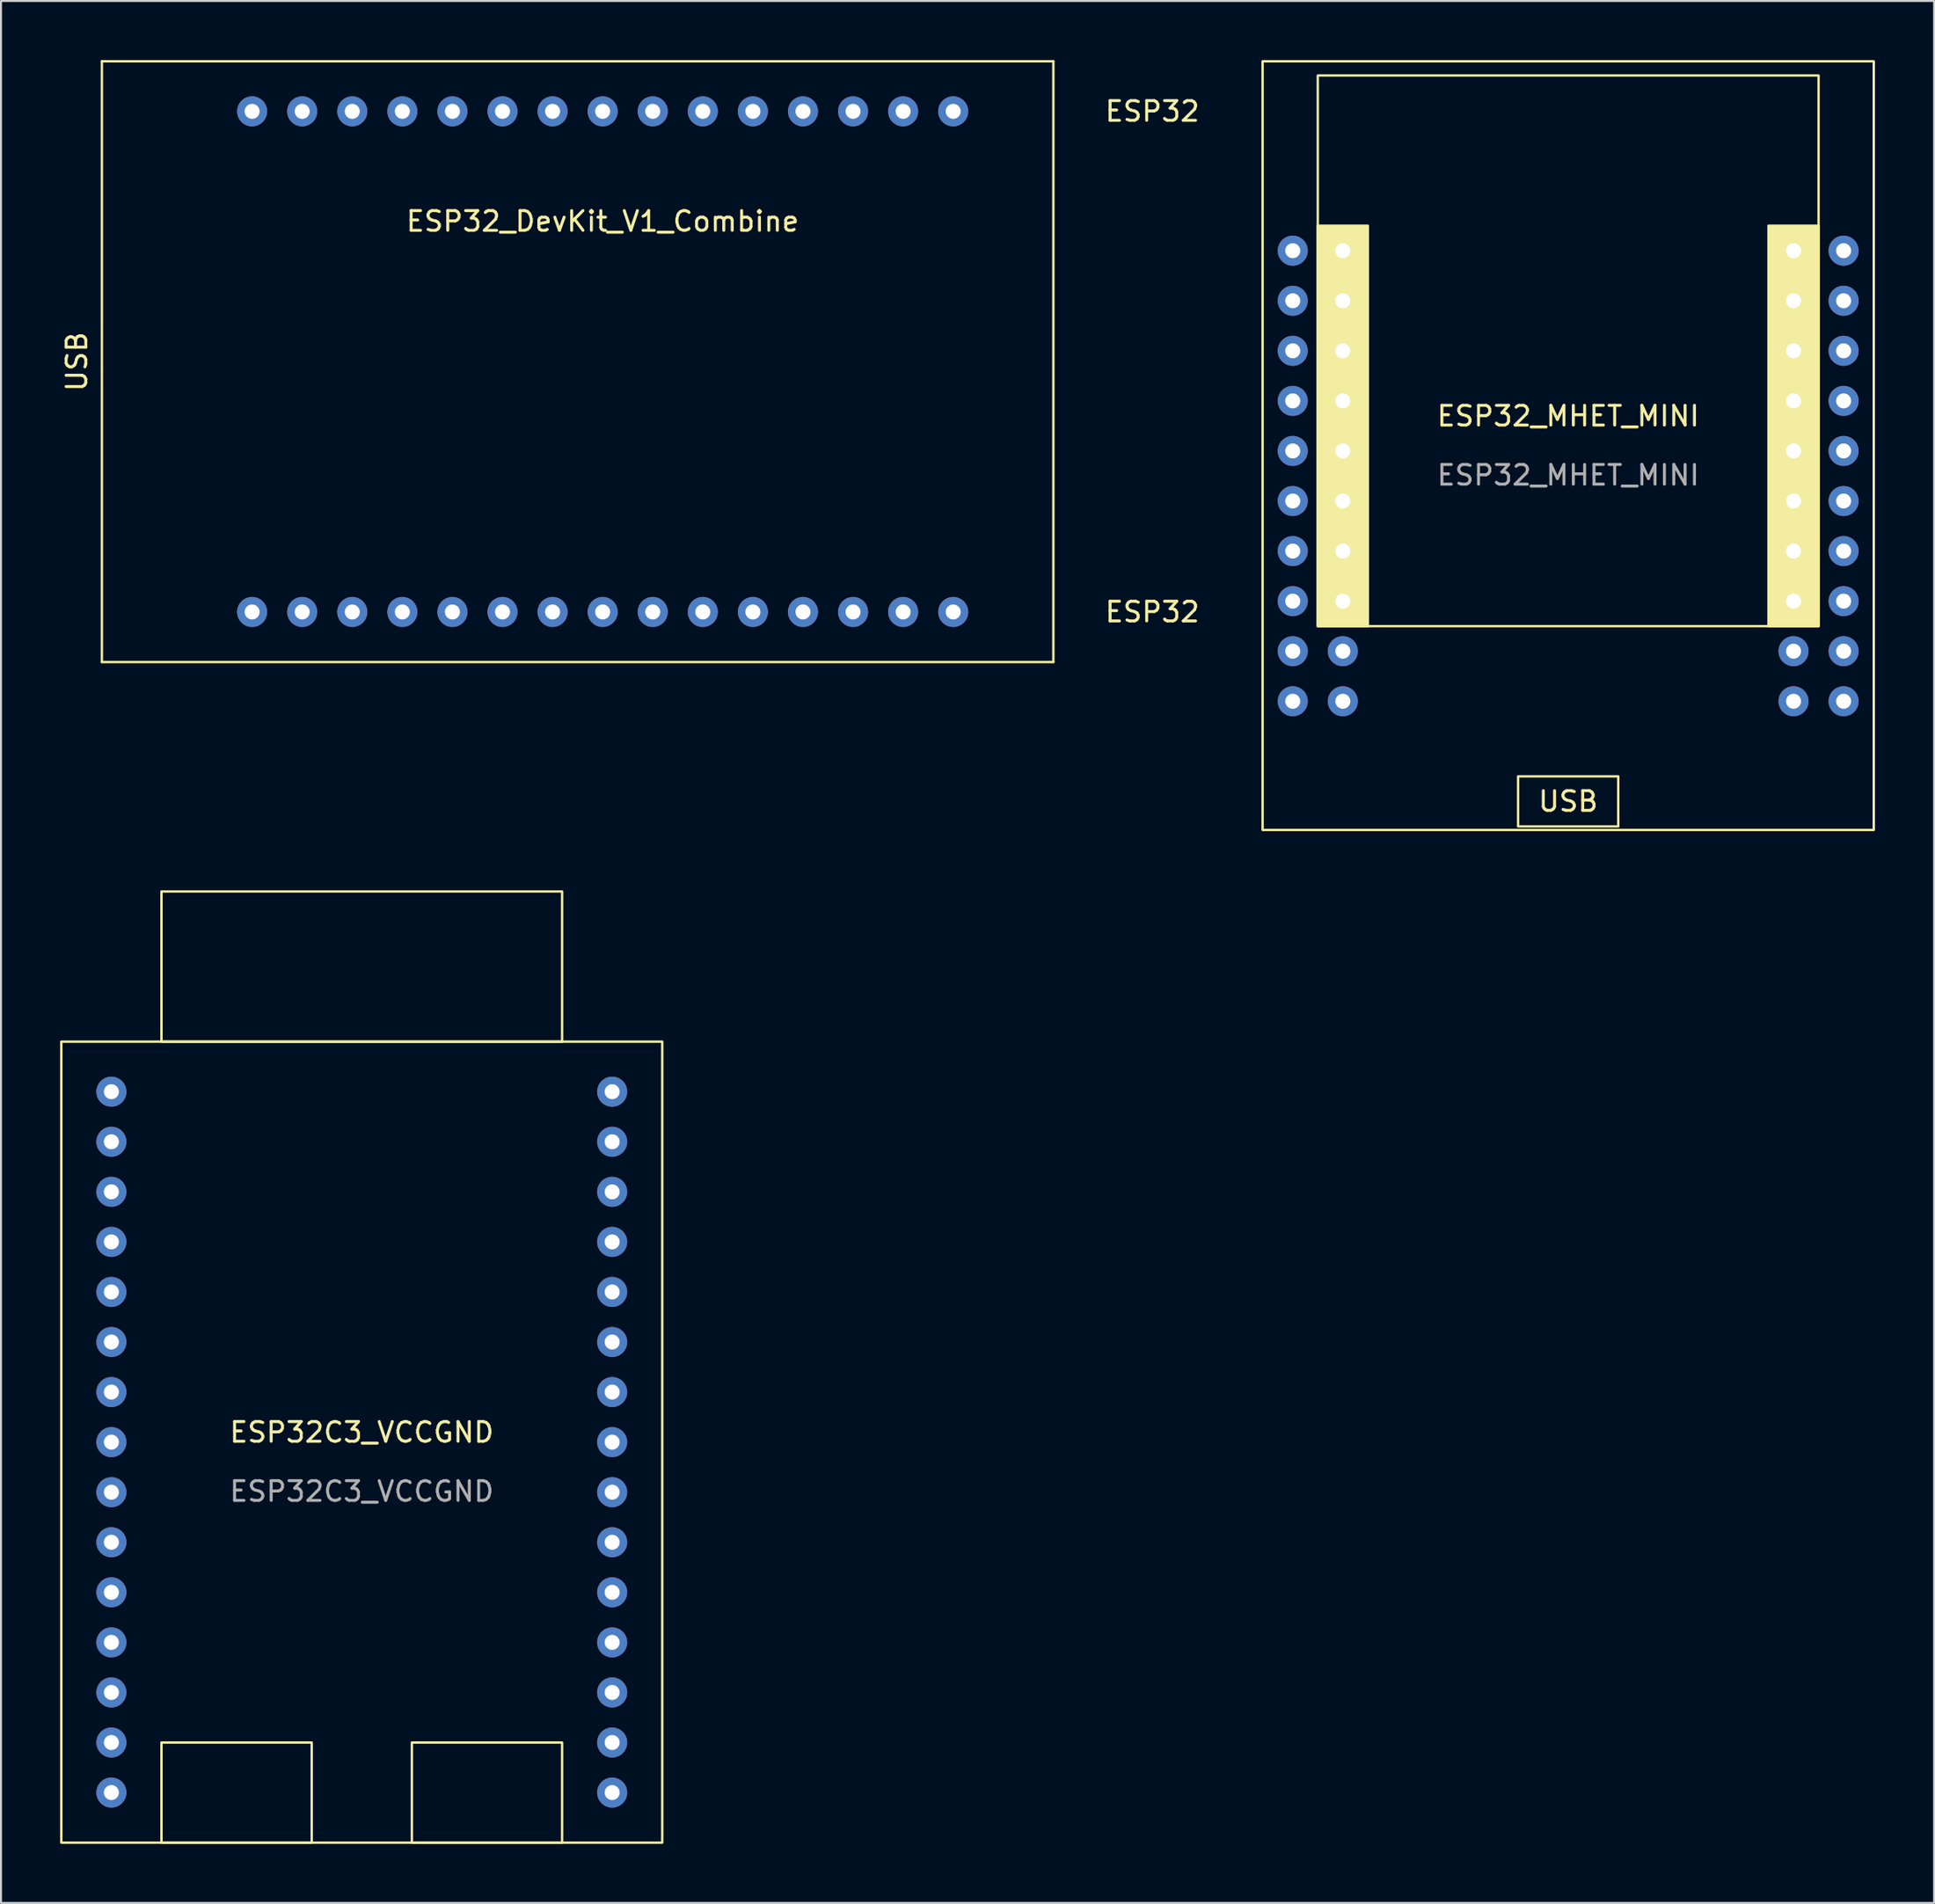
<source format=kicad_pcb>
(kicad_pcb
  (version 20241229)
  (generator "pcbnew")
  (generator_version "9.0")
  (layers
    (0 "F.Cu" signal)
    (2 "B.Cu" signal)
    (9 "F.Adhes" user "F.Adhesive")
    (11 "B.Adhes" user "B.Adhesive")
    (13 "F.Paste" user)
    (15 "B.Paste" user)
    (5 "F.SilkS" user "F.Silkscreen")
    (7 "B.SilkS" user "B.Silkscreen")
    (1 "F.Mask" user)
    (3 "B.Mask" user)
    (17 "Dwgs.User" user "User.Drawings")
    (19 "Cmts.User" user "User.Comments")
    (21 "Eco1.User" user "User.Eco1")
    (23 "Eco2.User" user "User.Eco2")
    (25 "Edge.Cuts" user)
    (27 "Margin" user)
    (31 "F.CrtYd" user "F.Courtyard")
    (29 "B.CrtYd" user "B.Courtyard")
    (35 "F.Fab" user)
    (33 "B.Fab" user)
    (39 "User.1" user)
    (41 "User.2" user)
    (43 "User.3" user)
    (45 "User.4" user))
  (footprint "ESP32_MHET_MINI"
    (layer "F.Cu")
    (at 76.49 18.56)
    (property "Reference" "ESP32_MHET_MINI" (at 0 -0.5 0) (unlocked yes) (layer "F.SilkS") (effects (font (size 1 1) (thickness 0.15))))
    (attr through_hole)
    (fp_rect (start -15.5 -18.5) (end 15.5 20.5) (stroke (width 0.12) (type solid)) (fill no) (layer "F.SilkS"))
    (fp_rect (start -12.7 -10.16) (end -10.16 10.16) (stroke (width 0.12) (type solid)) (fill yes) (layer "F.SilkS"))
    (fp_rect (start -12.7 10.16) (end 12.7 -17.78) (stroke (width 0.12) (type solid)) (fill no) (layer "F.SilkS"))
    (fp_rect (start -2.54 17.78) (end 2.54 20.32) (stroke (width 0.12) (type solid)) (fill no) (layer "F.SilkS"))
    (fp_rect (start 10.16 -10.16) (end 12.7 10.16) (stroke (width 0.12) (type solid)) (fill yes) (layer "F.SilkS"))
    (fp_text user "USB" (at 0 19.05 0) (unlocked yes) (layer "F.SilkS") (effects (font (size 1 1) (thickness 0.15))))
    (fp_text user "${REFERENCE}" (at 0 2.5 0) (unlocked yes) (layer "F.Fab") (effects (font (size 1 1) (thickness 0.15))))
    (pad "1" thru_hole circle (at -13.97 -8.89) (size 1.524 1.524) (drill 0.762) (layers "*.Cu" "*.Mask"))
    (pad "2" thru_hole circle (at -13.97 -6.35) (size 1.524 1.524) (drill 0.762) (layers "*.Cu" "*.Mask"))
    (pad "3" thru_hole circle (at -13.97 -3.81) (size 1.524 1.524) (drill 0.762) (layers "*.Cu" "*.Mask"))
    (pad "4" thru_hole circle (at -13.97 -1.27) (size 1.524 1.524) (drill 0.762) (layers "*.Cu" "*.Mask"))
    (pad "5" thru_hole circle (at -13.97 1.27) (size 1.524 1.524) (drill 0.762) (layers "*.Cu" "*.Mask"))
    (pad "6" thru_hole circle (at -13.97 3.81) (size 1.524 1.524) (drill 0.762) (layers "*.Cu" "*.Mask"))
    (pad "7" thru_hole circle (at -13.97 6.35) (size 1.524 1.524) (drill 0.762) (layers "*.Cu" "*.Mask"))
    (pad "8" thru_hole circle (at -13.97 8.89) (size 1.524 1.524) (drill 0.762) (layers "*.Cu" "*.Mask"))
    (pad "9" thru_hole circle (at -13.97 11.43) (size 1.524 1.524) (drill 0.762) (layers "*.Cu" "*.Mask"))
    (pad "10" thru_hole circle (at -13.97 13.97) (size 1.524 1.524) (drill 0.762) (layers "*.Cu" "*.Mask"))
    (pad "11" thru_hole circle (at -11.43 -8.89) (size 1.524 1.524) (drill 0.762) (layers "*.Cu" "*.Mask"))
    (pad "12" thru_hole circle (at -11.43 -6.35) (size 1.524 1.524) (drill 0.762) (layers "*.Cu" "*.Mask"))
    (pad "13" thru_hole circle (at -11.43 -3.81) (size 1.524 1.524) (drill 0.762) (layers "*.Cu" "*.Mask"))
    (pad "14" thru_hole circle (at -11.43 -1.27) (size 1.524 1.524) (drill 0.762) (layers "*.Cu" "*.Mask"))
    (pad "15" thru_hole circle (at -11.43 1.27) (size 1.524 1.524) (drill 0.762) (layers "*.Cu" "*.Mask"))
    (pad "16" thru_hole circle (at -11.43 3.81) (size 1.524 1.524) (drill 0.762) (layers "*.Cu" "*.Mask"))
    (pad "17" thru_hole circle (at -11.43 6.35) (size 1.524 1.524) (drill 0.762) (layers "*.Cu" "*.Mask"))
    (pad "18" thru_hole circle (at -11.43 8.89) (size 1.524 1.524) (drill 0.762) (layers "*.Cu" "*.Mask"))
    (pad "19" thru_hole circle (at -11.43 11.43) (size 1.524 1.524) (drill 0.762) (layers "*.Cu" "*.Mask"))
    (pad "20" thru_hole circle (at -11.43 13.97) (size 1.524 1.524) (drill 0.762) (layers "*.Cu" "*.Mask"))
    (pad "21" thru_hole circle (at 11.43 -8.89) (size 1.524 1.524) (drill 0.762) (layers "*.Cu" "*.Mask"))
    (pad "22" thru_hole circle (at 11.43 -6.35) (size 1.524 1.524) (drill 0.762) (layers "*.Cu" "*.Mask"))
    (pad "23" thru_hole circle (at 11.43 -3.81) (size 1.524 1.524) (drill 0.762) (layers "*.Cu" "*.Mask"))
    (pad "24" thru_hole circle (at 11.43 -1.27) (size 1.524 1.524) (drill 0.762) (layers "*.Cu" "*.Mask"))
    (pad "25" thru_hole circle (at 11.43 1.27) (size 1.524 1.524) (drill 0.762) (layers "*.Cu" "*.Mask"))
    (pad "26" thru_hole circle (at 11.43 3.81) (size 1.524 1.524) (drill 0.762) (layers "*.Cu" "*.Mask"))
    (pad "27" thru_hole circle (at 11.43 6.35) (size 1.524 1.524) (drill 0.762) (layers "*.Cu" "*.Mask"))
    (pad "28" thru_hole circle (at 11.43 8.89) (size 1.524 1.524) (drill 0.762) (layers "*.Cu" "*.Mask"))
    (pad "29" thru_hole circle (at 11.43 11.43) (size 1.524 1.524) (drill 0.762) (layers "*.Cu" "*.Mask"))
    (pad "30" thru_hole circle (at 11.43 13.97) (size 1.524 1.524) (drill 0.762) (layers "*.Cu" "*.Mask"))
    (pad "31" thru_hole circle (at 13.97 -8.89) (size 1.524 1.524) (drill 0.762) (layers "*.Cu" "*.Mask"))
    (pad "32" thru_hole circle (at 13.97 -6.35) (size 1.524 1.524) (drill 0.762) (layers "*.Cu" "*.Mask"))
    (pad "33" thru_hole circle (at 13.97 -3.81) (size 1.524 1.524) (drill 0.762) (layers "*.Cu" "*.Mask"))
    (pad "34" thru_hole circle (at 13.97 -1.27) (size 1.524 1.524) (drill 0.762) (layers "*.Cu" "*.Mask"))
    (pad "35" thru_hole circle (at 13.97 1.27) (size 1.524 1.524) (drill 0.762) (layers "*.Cu" "*.Mask"))
    (pad "36" thru_hole circle (at 13.97 3.81) (size 1.524 1.524) (drill 0.762) (layers "*.Cu" "*.Mask"))
    (pad "37" thru_hole circle (at 13.97 6.35) (size 1.524 1.524) (drill 0.762) (layers "*.Cu" "*.Mask"))
    (pad "38" thru_hole circle (at 13.97 8.89) (size 1.524 1.524) (drill 0.762) (layers "*.Cu" "*.Mask"))
    (pad "39" thru_hole circle (at 13.97 11.43) (size 1.524 1.524) (drill 0.762) (layers "*.Cu" "*.Mask"))
    (pad "40" thru_hole circle (at 13.97 13.97) (size 1.524 1.524) (drill 0.762) (layers "*.Cu" "*.Mask")))
  (footprint "ESP32C3_VCCGND"
    (layer "F.Cu")
    (at 15.3 70.12)
    (property "Reference" "ESP32C3_VCCGND" (at 0 -0.5 0) (unlocked yes) (layer "F.SilkS") (effects (font (size 1 1) (thickness 0.15))))
    (attr through_hole)
    (fp_rect (start -15.24 -20.32) (end 15.24 20.32) (stroke (width 0.12) (type solid)) (fill no) (layer "F.SilkS"))
    (fp_rect (start -10.16 -20.32) (end 10.16 -27.94) (stroke (width 0.12) (type solid)) (fill no) (layer "F.SilkS"))
    (fp_rect (start -10.16 20.32) (end -2.54 15.24) (stroke (width 0.12) (type solid)) (fill no) (layer "F.SilkS"))
    (fp_rect (start 2.54 20.32) (end 10.16 15.24) (stroke (width 0.12) (type solid)) (fill no) (layer "F.SilkS"))
    (fp_text user "${REFERENCE}" (at 0 2.5 0) (unlocked yes) (layer "F.Fab") (effects (font (size 1 1) (thickness 0.15))))
    (pad "1" thru_hole circle (at -12.7 -17.78) (size 1.524 1.524) (drill 0.762) (layers "*.Cu" "*.Mask"))
    (pad "2" thru_hole circle (at -12.7 -15.24) (size 1.524 1.524) (drill 0.762) (layers "*.Cu" "*.Mask"))
    (pad "3" thru_hole circle (at -12.7 -12.7) (size 1.524 1.524) (drill 0.762) (layers "*.Cu" "*.Mask"))
    (pad "4" thru_hole circle (at -12.7 -10.16) (size 1.524 1.524) (drill 0.762) (layers "*.Cu" "*.Mask"))
    (pad "5" thru_hole circle (at -12.7 -7.62) (size 1.524 1.524) (drill 0.762) (layers "*.Cu" "*.Mask"))
    (pad "6" thru_hole circle (at -12.7 -5.08) (size 1.524 1.524) (drill 0.762) (layers "*.Cu" "*.Mask"))
    (pad "7" thru_hole circle (at -12.7 -2.54) (size 1.524 1.524) (drill 0.762) (layers "*.Cu" "*.Mask"))
    (pad "8" thru_hole circle (at -12.7 0) (size 1.524 1.524) (drill 0.762) (layers "*.Cu" "*.Mask"))
    (pad "9" thru_hole circle (at -12.7 2.54) (size 1.524 1.524) (drill 0.762) (layers "*.Cu" "*.Mask"))
    (pad "10" thru_hole circle (at -12.7 5.08) (size 1.524 1.524) (drill 0.762) (layers "*.Cu" "*.Mask"))
    (pad "11" thru_hole circle (at -12.7 7.62) (size 1.524 1.524) (drill 0.762) (layers "*.Cu" "*.Mask"))
    (pad "12" thru_hole circle (at -12.7 10.16) (size 1.524 1.524) (drill 0.762) (layers "*.Cu" "*.Mask"))
    (pad "13" thru_hole circle (at -12.7 12.7) (size 1.524 1.524) (drill 0.762) (layers "*.Cu" "*.Mask"))
    (pad "14" thru_hole circle (at -12.7 15.24) (size 1.524 1.524) (drill 0.762) (layers "*.Cu" "*.Mask"))
    (pad "15" thru_hole circle (at -12.7 17.78) (size 1.524 1.524) (drill 0.762) (layers "*.Cu" "*.Mask"))
    (pad "16" thru_hole circle (at 12.7 17.78) (size 1.524 1.524) (drill 0.762) (layers "*.Cu" "*.Mask"))
    (pad "17" thru_hole circle (at 12.7 15.24) (size 1.524 1.524) (drill 0.762) (layers "*.Cu" "*.Mask"))
    (pad "18" thru_hole circle (at 12.7 12.7) (size 1.524 1.524) (drill 0.762) (layers "*.Cu" "*.Mask"))
    (pad "19" thru_hole circle (at 12.7 10.16) (size 1.524 1.524) (drill 0.762) (layers "*.Cu" "*.Mask"))
    (pad "20" thru_hole circle (at 12.7 7.62) (size 1.524 1.524) (drill 0.762) (layers "*.Cu" "*.Mask"))
    (pad "21" thru_hole circle (at 12.7 5.08) (size 1.524 1.524) (drill 0.762) (layers "*.Cu" "*.Mask"))
    (pad "22" thru_hole circle (at 12.7 2.54) (size 1.524 1.524) (drill 0.762) (layers "*.Cu" "*.Mask"))
    (pad "23" thru_hole circle (at 12.7 0) (size 1.524 1.524) (drill 0.762) (layers "*.Cu" "*.Mask"))
    (pad "24" thru_hole circle (at 12.7 -2.54) (size 1.524 1.524) (drill 0.762) (layers "*.Cu" "*.Mask"))
    (pad "25" thru_hole circle (at 12.7 -5.08) (size 1.524 1.524) (drill 0.762) (layers "*.Cu" "*.Mask"))
    (pad "26" thru_hole circle (at 12.7 -7.62) (size 1.524 1.524) (drill 0.762) (layers "*.Cu" "*.Mask"))
    (pad "27" thru_hole circle (at 12.7 -10.16) (size 1.524 1.524) (drill 0.762) (layers "*.Cu" "*.Mask"))
    (pad "28" thru_hole circle (at 12.7 -12.7) (size 1.524 1.524) (drill 0.762) (layers "*.Cu" "*.Mask"))
    (pad "29" thru_hole circle (at 12.7 -15.24) (size 1.524 1.524) (drill 0.762) (layers "*.Cu" "*.Mask"))
    (pad "30" thru_hole circle (at 12.7 -17.78) (size 1.524 1.524) (drill 0.762) (layers "*.Cu" "*.Mask")))
  (footprint "ESP32_DevKit_V1_Combine"
    (layer "F.Cu")
    (at 27.518 15.3)
    (property "Reference" "ESP32_DevKit_V1_Combine" (at 0 -7.12 0) (layer "F.SilkS") (effects (font (size 1 1) (thickness 0.15))))
    (attr through_hole)
    (fp_line (start -25.4 -15.24) (end 22.86 -15.24) (stroke (width 0.12) (type solid)) (layer "F.SilkS"))
    (fp_line (start -25.4 15.24) (end -25.4 -15.24) (stroke (width 0.12) (type solid)) (layer "F.SilkS"))
    (fp_line (start 22.86 -15.24) (end 22.86 15.24) (stroke (width 0.12) (type solid)) (layer "F.SilkS"))
    (fp_line (start 22.86 15.24) (end -25.4 15.24) (stroke (width 0.12) (type solid)) (layer "F.SilkS"))
    (fp_text user "ESP32" (at 25.4 12.7 0) (layer "F.SilkS") (effects (font (size 1 1) (thickness 0.15)) (justify left)))
    (fp_text user "USB" (at -26.67 0 90) (layer "F.SilkS") (effects (font (size 1 1) (thickness 0.15))))
    (fp_text user "ESP32" (at 25.4 -12.7 0) (layer "F.SilkS") (effects (font (size 1 1) (thickness 0.15)) (justify left)))
    (pad "1" thru_hole circle (at -17.78 -12.7) (size 1.524 1.524) (drill 0.762) (layers "*.Cu" "*.Mask"))
    (pad "2" thru_hole circle (at -15.24 -12.7) (size 1.524 1.524) (drill 0.762) (layers "*.Cu" "*.Mask"))
    (pad "3" thru_hole circle (at -12.7 -12.7) (size 1.524 1.524) (drill 0.762) (layers "*.Cu" "*.Mask"))
    (pad "4" thru_hole circle (at -10.16 -12.7) (size 1.524 1.524) (drill 0.762) (layers "*.Cu" "*.Mask"))
    (pad "5" thru_hole circle (at -7.62 -12.7) (size 1.524 1.524) (drill 0.762) (layers "*.Cu" "*.Mask"))
    (pad "6" thru_hole circle (at -5.08 -12.7) (size 1.524 1.524) (drill 0.762) (layers "*.Cu" "*.Mask"))
    (pad "7" thru_hole circle (at -2.54 -12.7) (size 1.524 1.524) (drill 0.762) (layers "*.Cu" "*.Mask"))
    (pad "8" thru_hole circle (at 0 -12.7) (size 1.524 1.524) (drill 0.762) (layers "*.Cu" "*.Mask"))
    (pad "9" thru_hole circle (at 2.54 -12.7) (size 1.524 1.524) (drill 0.762) (layers "*.Cu" "*.Mask"))
    (pad "10" thru_hole circle (at 5.08 -12.7) (size 1.524 1.524) (drill 0.762) (layers "*.Cu" "*.Mask"))
    (pad "11" thru_hole circle (at 7.62 -12.7) (size 1.524 1.524) (drill 0.762) (layers "*.Cu" "*.Mask"))
    (pad "12" thru_hole circle (at 10.16 -12.7) (size 1.524 1.524) (drill 0.762) (layers "*.Cu" "*.Mask"))
    (pad "13" thru_hole circle (at 12.7 -12.7) (size 1.524 1.524) (drill 0.762) (layers "*.Cu" "*.Mask"))
    (pad "14" thru_hole circle (at 15.24 -12.7) (size 1.524 1.524) (drill 0.762) (layers "*.Cu" "*.Mask"))
    (pad "15" thru_hole circle (at 17.78 -12.7) (size 1.524 1.524) (drill 0.762) (layers "*.Cu" "*.Mask"))
    (pad "16" thru_hole circle (at 17.78 12.7) (size 1.524 1.524) (drill 0.762) (layers "*.Cu" "*.Mask"))
    (pad "17" thru_hole circle (at 15.24 12.7) (size 1.524 1.524) (drill 0.762) (layers "*.Cu" "*.Mask"))
    (pad "18" thru_hole circle (at 12.7 12.7) (size 1.524 1.524) (drill 0.762) (layers "*.Cu" "*.Mask"))
    (pad "19" thru_hole circle (at 10.16 12.7) (size 1.524 1.524) (drill 0.762) (layers "*.Cu" "*.Mask"))
    (pad "20" thru_hole circle (at 7.62 12.7) (size 1.524 1.524) (drill 0.762) (layers "*.Cu" "*.Mask"))
    (pad "21" thru_hole circle (at 5.08 12.7) (size 1.524 1.524) (drill 0.762) (layers "*.Cu" "*.Mask"))
    (pad "22" thru_hole circle (at 2.54 12.7) (size 1.524 1.524) (drill 0.762) (layers "*.Cu" "*.Mask"))
    (pad "23" thru_hole circle (at 0 12.7) (size 1.524 1.524) (drill 0.762) (layers "*.Cu" "*.Mask"))
    (pad "24" thru_hole circle (at -2.54 12.7) (size 1.524 1.524) (drill 0.762) (layers "*.Cu" "*.Mask"))
    (pad "25" thru_hole circle (at -5.08 12.7) (size 1.524 1.524) (drill 0.762) (layers "*.Cu" "*.Mask"))
    (pad "26" thru_hole circle (at -7.62 12.7) (size 1.524 1.524) (drill 0.762) (layers "*.Cu" "*.Mask"))
    (pad "27" thru_hole circle (at -10.16 12.7) (size 1.524 1.524) (drill 0.762) (layers "*.Cu" "*.Mask"))
    (pad "28" thru_hole circle (at -12.7 12.7) (size 1.524 1.524) (drill 0.762) (layers "*.Cu" "*.Mask"))
    (pad "29" thru_hole circle (at -15.24 12.7) (size 1.524 1.524) (drill 0.762) (layers "*.Cu" "*.Mask"))
    (pad "30" thru_hole circle (at -17.78 12.7) (size 1.524 1.524) (drill 0.762) (layers "*.Cu" "*.Mask")))
  (gr_rect
    (start -3 -3)
    (end 95.05 93.5)
    (stroke (width 0.1) (type default))
    (fill no)
    (layer "Edge.Cuts")))
</source>
